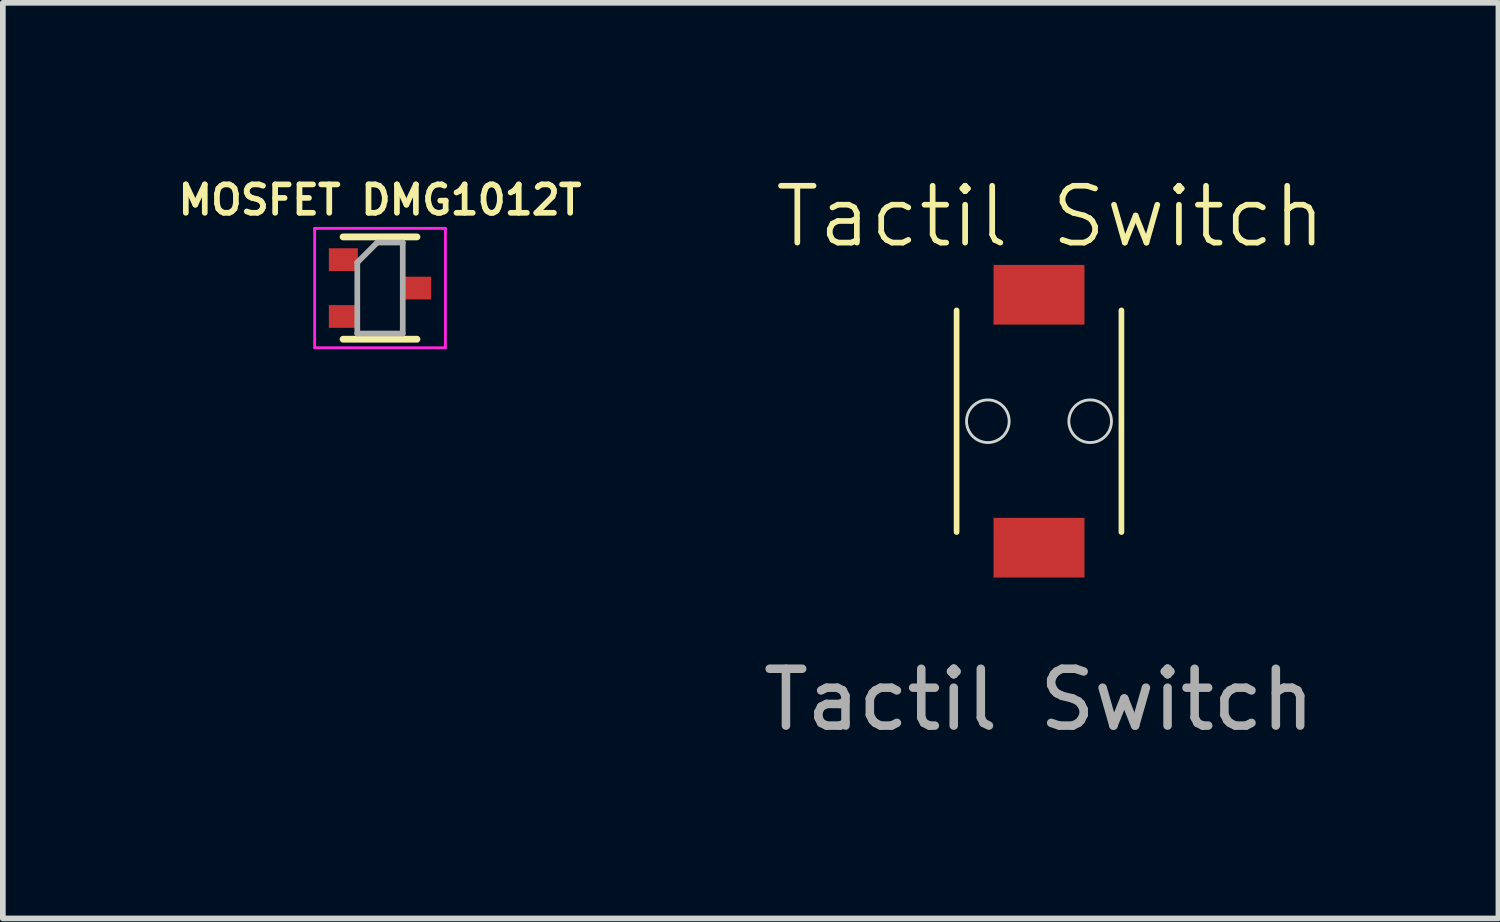
<source format=kicad_pcb>
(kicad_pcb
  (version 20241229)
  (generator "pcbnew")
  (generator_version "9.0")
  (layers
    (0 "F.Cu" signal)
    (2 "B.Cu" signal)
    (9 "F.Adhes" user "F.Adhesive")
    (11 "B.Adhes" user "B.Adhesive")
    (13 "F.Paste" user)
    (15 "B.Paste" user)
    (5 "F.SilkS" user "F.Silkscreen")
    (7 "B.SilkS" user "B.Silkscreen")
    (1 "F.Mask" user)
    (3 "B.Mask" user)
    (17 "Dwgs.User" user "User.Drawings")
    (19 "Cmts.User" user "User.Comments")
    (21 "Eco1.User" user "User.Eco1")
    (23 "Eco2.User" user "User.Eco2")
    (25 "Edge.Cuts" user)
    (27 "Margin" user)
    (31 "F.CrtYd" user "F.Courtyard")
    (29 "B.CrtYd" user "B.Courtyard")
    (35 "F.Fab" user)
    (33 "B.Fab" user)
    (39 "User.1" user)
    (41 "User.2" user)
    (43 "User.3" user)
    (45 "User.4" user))
  (footprint "MOSFET DMG1012T"
    (layer "F.Cu")
    (at 3.636 1.968)
    (property "Reference" "MOSFET DMG1012T" (at 0 -1.5 0) (unlocked yes) (layer "F.SilkS") (effects (font (size 0.5 0.5) (thickness 0.1) (bold yes))))
    (attr smd)
    (fp_line (start 0.65 -0.85) (end -0.65 -0.85) (stroke (width 0.12) (type solid)) (layer "F.SilkS"))
    (fp_line (start 0.65 0.95) (end -0.65 0.95) (stroke (width 0.12) (type solid)) (layer "F.SilkS"))
    (fp_line (start -1.15 -1) (end -1.15 1.1) (stroke (width 0.05) (type solid)) (layer "F.CrtYd"))
    (fp_line (start -1.15 -1) (end 1.15 -1) (stroke (width 0.05) (type solid)) (layer "F.CrtYd"))
    (fp_line (start 1.15 1.1) (end -1.15 1.1) (stroke (width 0.05) (type solid)) (layer "F.CrtYd"))
    (fp_line (start 1.15 1.1) (end 1.15 -1) (stroke (width 0.05) (type solid)) (layer "F.CrtYd"))
    (fp_line (start -0.4 -0.4) (end -0.4 0.85) (stroke (width 0.1) (type solid)) (layer "F.Fab"))
    (fp_line (start -0.4 -0.4) (end -0.05 -0.75) (stroke (width 0.1) (type solid)) (layer "F.Fab"))
    (fp_line (start -0.4 0.85) (end 0.4 0.85) (stroke (width 0.1) (type solid)) (layer "F.Fab"))
    (fp_line (start 0.4 -0.75) (end -0.05 -0.75) (stroke (width 0.1) (type solid)) (layer "F.Fab"))
    (fp_line (start 0.4 0.85) (end 0.4 -0.75) (stroke (width 0.1) (type solid)) (layer "F.Fab"))
    (pad "1" smd rect (at -0.645 -0.45 180) (size 0.51 0.4) (layers "F.Cu" "F.Mask" "F.Paste"))
    (pad "2" smd rect (at -0.645 0.55 180) (size 0.51 0.4) (layers "F.Cu" "F.Mask" "F.Paste"))
    (pad "3" smd rect (at 0.645 0.05 180) (size 0.51 0.4) (layers "F.Cu" "F.Mask" "F.Paste")))
  (footprint "Tactil Switch"
    (layer "F.Cu")
    (at 15.23 4.361)
    (property "Reference" "Tactil Switch" (at 0.2 -3.6 0) (unlocked yes) (layer "F.SilkS") (effects (font (size 1 1) (thickness 0.1))))
    (attr smd)
    (fp_line (start -1.45 -1.95) (end -1.45 1.95) (stroke (width 0.1) (type solid)) (layer "F.SilkS"))
    (fp_line (start 1.45 -1.95) (end 1.45 1.95) (stroke (width 0.1) (type solid)) (layer "F.SilkS"))
    (fp_circle (center -0.9 0) (end -0.525 0) (stroke (width 0.05) (type solid)) (fill no) (layer "Edge.Cuts"))
    (fp_circle (center 0.9 0) (end 1.275 0) (stroke (width 0.05) (type solid)) (fill no) (layer "Edge.Cuts"))
    (fp_text user "${REFERENCE}" (at 0 4.9 0) (unlocked yes) (layer "F.Fab") (effects (font (size 1 1) (thickness 0.15))))
    (pad "1" smd rect (at 0 -2.225) (size 1.6 1.05) (layers "F.Cu" "F.Mask" "F.Paste"))
    (pad "2" smd rect (at 0 2.225) (size 1.6 1.05) (layers "F.Cu" "F.Mask" "F.Paste")))
  (gr_rect
    (start -3 -3)
    (end 23.313 13.109)
    (stroke (width 0.1) (type default))
    (fill no)
    (layer "Edge.Cuts")))
</source>
